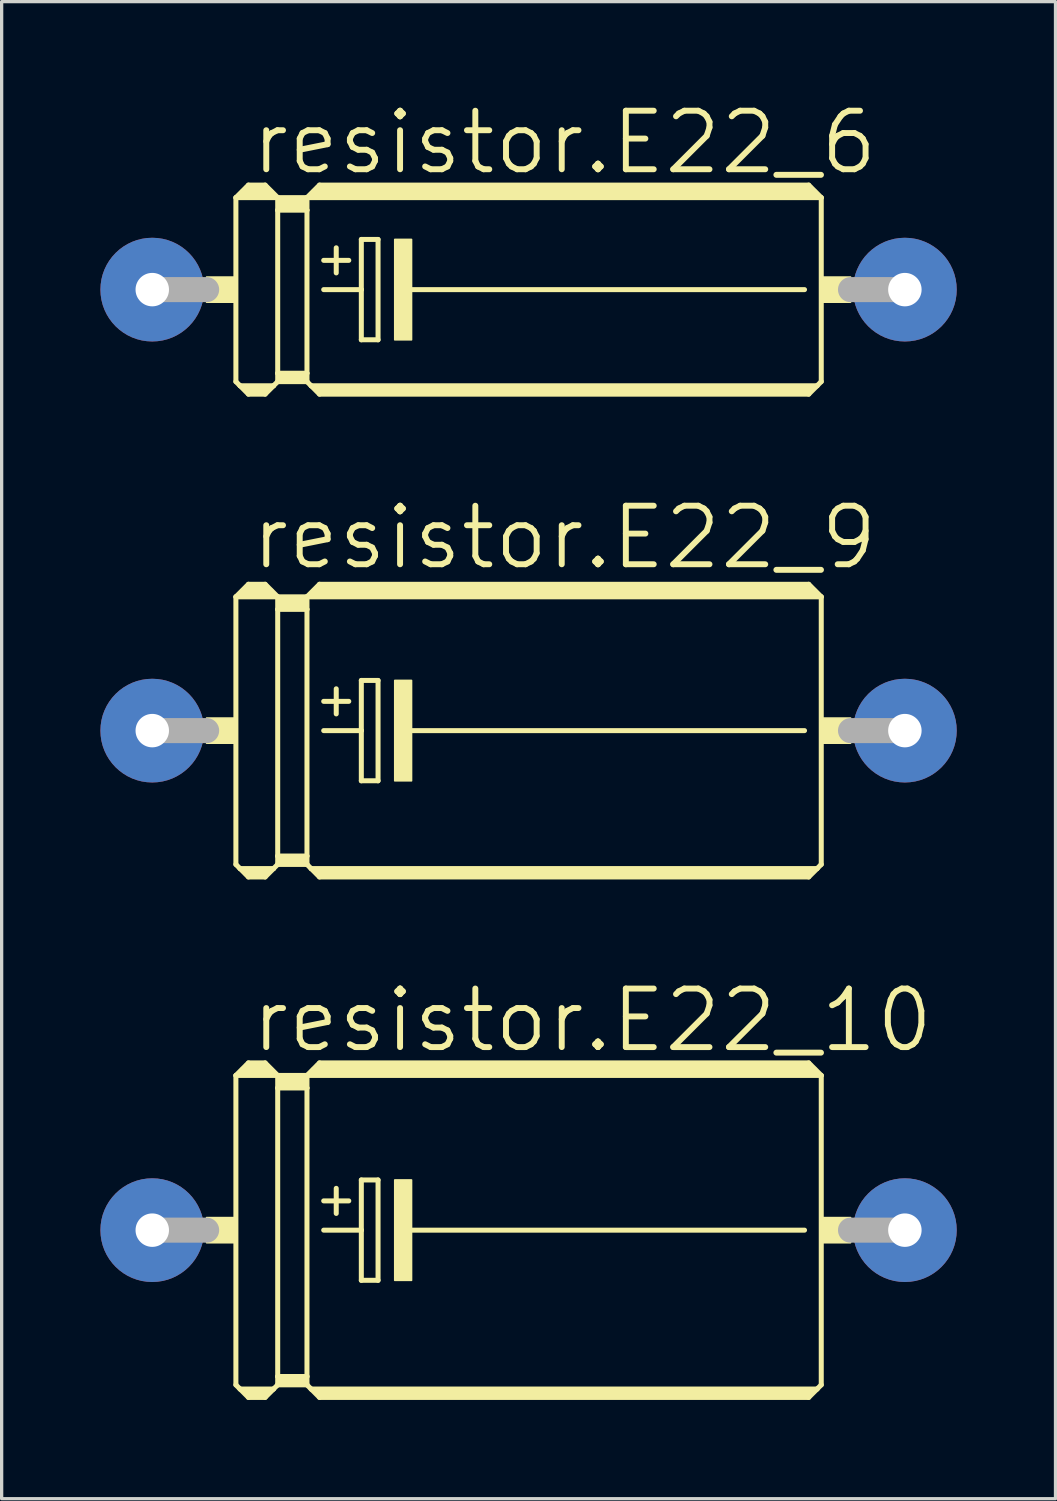
<source format=kicad_pcb>
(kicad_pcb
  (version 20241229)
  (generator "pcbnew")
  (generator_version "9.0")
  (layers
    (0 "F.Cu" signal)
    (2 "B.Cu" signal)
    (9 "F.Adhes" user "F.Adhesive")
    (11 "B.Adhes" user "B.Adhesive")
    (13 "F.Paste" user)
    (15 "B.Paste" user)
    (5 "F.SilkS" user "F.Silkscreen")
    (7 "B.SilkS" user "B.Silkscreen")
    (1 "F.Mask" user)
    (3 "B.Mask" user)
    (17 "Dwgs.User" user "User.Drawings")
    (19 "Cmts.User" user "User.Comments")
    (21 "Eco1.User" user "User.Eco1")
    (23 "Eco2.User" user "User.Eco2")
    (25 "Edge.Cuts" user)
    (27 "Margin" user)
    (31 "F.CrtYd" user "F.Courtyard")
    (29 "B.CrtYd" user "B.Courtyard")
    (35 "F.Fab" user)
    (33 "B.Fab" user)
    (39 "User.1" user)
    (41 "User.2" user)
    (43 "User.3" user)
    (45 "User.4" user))
  (footprint "resistor.E22_6"
    (layer "F.Cu")
    (at 13.005 5.747)
    (property "Reference" "resistor.E22_6" (at -8.509 -3.429 0) (layer "F.SilkS") (effects (font (size 1.778 1.778) (thickness 0.18)) (justify left bottom)))
    (attr through_hole)
    (fp_line (start -8.89 -2.794) (end -8.89 2.794) (stroke (width 0.152) (type default)) (layer "F.SilkS"))
    (fp_line (start -8.89 -2.794) (end -8.509 -3.175) (stroke (width 0.152) (type default)) (layer "F.SilkS"))
    (fp_line (start -8.89 -2.794) (end -7.62 -2.794) (stroke (width 0.152) (type default)) (layer "F.SilkS"))
    (fp_line (start -8.89 2.794) (end -8.763 2.921) (stroke (width 0.152) (type default)) (layer "F.SilkS"))
    (fp_line (start -8.763 2.921) (end -8.509 3.175) (stroke (width 0.152) (type default)) (layer "F.SilkS"))
    (fp_line (start -8.763 2.921) (end -7.747 2.921) (stroke (width 0.152) (type default)) (layer "F.SilkS"))
    (fp_line (start -8.636 -2.921) (end -7.874 -2.921) (stroke (width 0.305) (type default)) (layer "F.SilkS"))
    (fp_line (start -8.509 -3.175) (end -8.001 -3.175) (stroke (width 0.152) (type default)) (layer "F.SilkS"))
    (fp_line (start -8.509 -3.048) (end -8.001 -3.048) (stroke (width 0.305) (type default)) (layer "F.SilkS"))
    (fp_line (start -8.509 3.048) (end -8.001 3.048) (stroke (width 0.254) (type default)) (layer "F.SilkS"))
    (fp_line (start -8.509 3.175) (end -8.001 3.175) (stroke (width 0.152) (type default)) (layer "F.SilkS"))
    (fp_line (start -7.747 2.921) (end -8.001 3.175) (stroke (width 0.152) (type default)) (layer "F.SilkS"))
    (fp_line (start -7.62 -2.794) (end -8.001 -3.175) (stroke (width 0.152) (type default)) (layer "F.SilkS"))
    (fp_line (start -7.62 -2.794) (end -7.62 -2.413) (stroke (width 0.152) (type default)) (layer "F.SilkS"))
    (fp_line (start -7.62 -2.794) (end -6.731 -2.794) (stroke (width 0.152) (type default)) (layer "F.SilkS"))
    (fp_line (start -7.62 -2.413) (end -6.731 -2.413) (stroke (width 0.152) (type default)) (layer "F.SilkS"))
    (fp_line (start -7.62 2.54) (end -7.62 -2.413) (stroke (width 0.152) (type default)) (layer "F.SilkS"))
    (fp_line (start -7.62 2.54) (end -6.731 2.54) (stroke (width 0.152) (type default)) (layer "F.SilkS"))
    (fp_line (start -7.62 2.794) (end -7.747 2.921) (stroke (width 0.152) (type default)) (layer "F.SilkS"))
    (fp_line (start -7.62 2.794) (end -7.62 2.54) (stroke (width 0.152) (type default)) (layer "F.SilkS"))
    (fp_line (start -7.62 2.794) (end -6.731 2.794) (stroke (width 0.152) (type default)) (layer "F.SilkS"))
    (fp_line (start -7.493 -2.667) (end -6.858 -2.667) (stroke (width 0.305) (type default)) (layer "F.SilkS"))
    (fp_line (start -7.493 -2.54) (end -6.858 -2.54) (stroke (width 0.305) (type default)) (layer "F.SilkS"))
    (fp_line (start -7.493 2.667) (end -6.858 2.667) (stroke (width 0.254) (type default)) (layer "F.SilkS"))
    (fp_line (start -6.731 -2.794) (end -6.731 -2.413) (stroke (width 0.152) (type default)) (layer "F.SilkS"))
    (fp_line (start -6.731 -2.794) (end 8.89 -2.794) (stroke (width 0.152) (type default)) (layer "F.SilkS"))
    (fp_line (start -6.731 -2.413) (end -6.731 2.54) (stroke (width 0.152) (type default)) (layer "F.SilkS"))
    (fp_line (start -6.731 2.54) (end -6.731 2.794) (stroke (width 0.152) (type default)) (layer "F.SilkS"))
    (fp_line (start -6.604 2.921) (end -6.731 2.794) (stroke (width 0.152) (type default)) (layer "F.SilkS"))
    (fp_line (start -6.604 2.921) (end 8.763 2.921) (stroke (width 0.152) (type default)) (layer "F.SilkS"))
    (fp_line (start -6.477 -2.921) (end 8.636 -2.921) (stroke (width 0.305) (type default)) (layer "F.SilkS"))
    (fp_line (start -6.35 -3.175) (end -6.731 -2.794) (stroke (width 0.152) (type default)) (layer "F.SilkS"))
    (fp_line (start -6.35 -3.175) (end 8.509 -3.175) (stroke (width 0.152) (type default)) (layer "F.SilkS"))
    (fp_line (start -6.35 -3.048) (end 8.509 -3.048) (stroke (width 0.305) (type default)) (layer "F.SilkS"))
    (fp_line (start -6.35 3.048) (end 8.509 3.048) (stroke (width 0.254) (type default)) (layer "F.SilkS"))
    (fp_line (start -6.35 3.175) (end -6.604 2.921) (stroke (width 0.152) (type default)) (layer "F.SilkS"))
    (fp_line (start -6.35 3.175) (end 8.509 3.175) (stroke (width 0.152) (type default)) (layer "F.SilkS"))
    (fp_line (start -6.223 -0.889) (end -5.461 -0.889) (stroke (width 0.152) (type default)) (layer "F.SilkS"))
    (fp_line (start -6.223 0) (end -5.08 0) (stroke (width 0.152) (type default)) (layer "F.SilkS"))
    (fp_line (start -5.842 -1.27) (end -5.842 -0.508) (stroke (width 0.152) (type default)) (layer "F.SilkS"))
    (fp_line (start -5.08 -1.524) (end -5.08 0) (stroke (width 0.152) (type default)) (layer "F.SilkS"))
    (fp_line (start -5.08 0) (end -5.08 1.524) (stroke (width 0.152) (type default)) (layer "F.SilkS"))
    (fp_line (start -5.08 1.524) (end -4.572 1.524) (stroke (width 0.152) (type default)) (layer "F.SilkS"))
    (fp_line (start -4.572 -1.524) (end -5.08 -1.524) (stroke (width 0.152) (type default)) (layer "F.SilkS"))
    (fp_line (start -4.572 1.524) (end -4.572 -1.524) (stroke (width 0.152) (type default)) (layer "F.SilkS"))
    (fp_line (start -3.683 0) (end 8.382 0) (stroke (width 0.152) (type default)) (layer "F.SilkS"))
    (fp_line (start 8.509 -3.175) (end 8.89 -2.794) (stroke (width 0.152) (type default)) (layer "F.SilkS"))
    (fp_line (start 8.509 3.175) (end 8.763 2.921) (stroke (width 0.152) (type default)) (layer "F.SilkS"))
    (fp_line (start 8.763 2.921) (end 8.89 2.794) (stroke (width 0.152) (type default)) (layer "F.SilkS"))
    (fp_line (start 8.89 -2.794) (end 8.89 2.794) (stroke (width 0.152) (type default)) (layer "F.SilkS"))
    (fp_rect (start -9.779 0.381) (end -8.89 -0.381) (stroke (width 0.05) (type default)) (fill yes) (layer "F.SilkS"))
    (fp_rect (start -4.064 1.524) (end -3.556 -1.524) (stroke (width 0.05) (type default)) (fill yes) (layer "F.SilkS"))
    (fp_rect (start 8.89 0.381) (end 9.779 -0.381) (stroke (width 0.05) (type default)) (fill yes) (layer "F.SilkS"))
    (fp_line (start -11.43 0) (end -9.779 0) (stroke (width 0.762) (type default)) (layer "F.Fab"))
    (fp_line (start 11.43 0) (end 9.779 0) (stroke (width 0.762) (type default)) (layer "F.Fab"))
    (pad "+" thru_hole circle (at -11.43 0) (size 3.15 3.15) (drill 1.016) (layers "*.Cu" "*.Mask"))
    (pad "-" thru_hole circle (at 11.43 0) (size 3.15 3.15) (drill 1.016) (layers "*.Cu" "*.Mask")))
  (footprint "resistor.E22_10"
    (layer "F.Cu")
    (at 13.005 34.315)
    (property "Reference" "resistor.E22_10" (at -8.509 -5.334 0) (layer "F.SilkS") (effects (font (size 1.778 1.778) (thickness 0.18)) (justify left bottom)))
    (attr through_hole)
    (fp_line (start -8.89 -4.699) (end -8.89 4.699) (stroke (width 0.152) (type default)) (layer "F.SilkS"))
    (fp_line (start -8.89 -4.699) (end -8.509 -5.08) (stroke (width 0.152) (type default)) (layer "F.SilkS"))
    (fp_line (start -8.89 -4.699) (end -7.62 -4.699) (stroke (width 0.152) (type default)) (layer "F.SilkS"))
    (fp_line (start -8.89 4.699) (end -8.763 4.826) (stroke (width 0.152) (type default)) (layer "F.SilkS"))
    (fp_line (start -8.763 4.826) (end -8.509 5.08) (stroke (width 0.152) (type default)) (layer "F.SilkS"))
    (fp_line (start -8.763 4.826) (end -7.747 4.826) (stroke (width 0.152) (type default)) (layer "F.SilkS"))
    (fp_line (start -8.636 -4.826) (end -7.874 -4.826) (stroke (width 0.305) (type default)) (layer "F.SilkS"))
    (fp_line (start -8.509 -5.08) (end -8.001 -5.08) (stroke (width 0.152) (type default)) (layer "F.SilkS"))
    (fp_line (start -8.509 -4.953) (end -8.001 -4.953) (stroke (width 0.305) (type default)) (layer "F.SilkS"))
    (fp_line (start -8.509 4.953) (end -8.001 4.953) (stroke (width 0.254) (type default)) (layer "F.SilkS"))
    (fp_line (start -8.509 5.08) (end -8.001 5.08) (stroke (width 0.152) (type default)) (layer "F.SilkS"))
    (fp_line (start -7.747 4.826) (end -8.001 5.08) (stroke (width 0.152) (type default)) (layer "F.SilkS"))
    (fp_line (start -7.62 -4.699) (end -8.001 -5.08) (stroke (width 0.152) (type default)) (layer "F.SilkS"))
    (fp_line (start -7.62 -4.699) (end -7.62 -4.318) (stroke (width 0.152) (type default)) (layer "F.SilkS"))
    (fp_line (start -7.62 -4.699) (end -6.731 -4.699) (stroke (width 0.152) (type default)) (layer "F.SilkS"))
    (fp_line (start -7.62 -4.318) (end -6.731 -4.318) (stroke (width 0.152) (type default)) (layer "F.SilkS"))
    (fp_line (start -7.62 4.445) (end -7.62 -4.318) (stroke (width 0.152) (type default)) (layer "F.SilkS"))
    (fp_line (start -7.62 4.445) (end -6.731 4.445) (stroke (width 0.152) (type default)) (layer "F.SilkS"))
    (fp_line (start -7.62 4.699) (end -7.747 4.826) (stroke (width 0.152) (type default)) (layer "F.SilkS"))
    (fp_line (start -7.62 4.699) (end -7.62 4.445) (stroke (width 0.152) (type default)) (layer "F.SilkS"))
    (fp_line (start -7.62 4.699) (end -6.731 4.699) (stroke (width 0.152) (type default)) (layer "F.SilkS"))
    (fp_line (start -7.493 -4.572) (end -6.858 -4.572) (stroke (width 0.305) (type default)) (layer "F.SilkS"))
    (fp_line (start -7.493 -4.445) (end -6.858 -4.445) (stroke (width 0.305) (type default)) (layer "F.SilkS"))
    (fp_line (start -7.493 4.572) (end -6.858 4.572) (stroke (width 0.254) (type default)) (layer "F.SilkS"))
    (fp_line (start -6.731 -4.699) (end -6.731 -4.318) (stroke (width 0.152) (type default)) (layer "F.SilkS"))
    (fp_line (start -6.731 -4.699) (end 8.89 -4.699) (stroke (width 0.152) (type default)) (layer "F.SilkS"))
    (fp_line (start -6.731 -4.318) (end -6.731 4.445) (stroke (width 0.152) (type default)) (layer "F.SilkS"))
    (fp_line (start -6.731 4.445) (end -6.731 4.699) (stroke (width 0.152) (type default)) (layer "F.SilkS"))
    (fp_line (start -6.604 4.826) (end -6.731 4.699) (stroke (width 0.152) (type default)) (layer "F.SilkS"))
    (fp_line (start -6.604 4.826) (end 8.763 4.826) (stroke (width 0.152) (type default)) (layer "F.SilkS"))
    (fp_line (start -6.477 -4.826) (end 8.636 -4.826) (stroke (width 0.305) (type default)) (layer "F.SilkS"))
    (fp_line (start -6.35 -5.08) (end -6.731 -4.699) (stroke (width 0.152) (type default)) (layer "F.SilkS"))
    (fp_line (start -6.35 -5.08) (end 8.509 -5.08) (stroke (width 0.152) (type default)) (layer "F.SilkS"))
    (fp_line (start -6.35 -4.953) (end 8.509 -4.953) (stroke (width 0.305) (type default)) (layer "F.SilkS"))
    (fp_line (start -6.35 4.953) (end 8.509 4.953) (stroke (width 0.254) (type default)) (layer "F.SilkS"))
    (fp_line (start -6.35 5.08) (end -6.604 4.826) (stroke (width 0.152) (type default)) (layer "F.SilkS"))
    (fp_line (start -6.35 5.08) (end 8.509 5.08) (stroke (width 0.152) (type default)) (layer "F.SilkS"))
    (fp_line (start -6.223 -0.889) (end -5.461 -0.889) (stroke (width 0.152) (type default)) (layer "F.SilkS"))
    (fp_line (start -6.223 0) (end -5.08 0) (stroke (width 0.152) (type default)) (layer "F.SilkS"))
    (fp_line (start -5.842 -1.27) (end -5.842 -0.508) (stroke (width 0.152) (type default)) (layer "F.SilkS"))
    (fp_line (start -5.08 -1.524) (end -5.08 0) (stroke (width 0.152) (type default)) (layer "F.SilkS"))
    (fp_line (start -5.08 0) (end -5.08 1.524) (stroke (width 0.152) (type default)) (layer "F.SilkS"))
    (fp_line (start -5.08 1.524) (end -4.572 1.524) (stroke (width 0.152) (type default)) (layer "F.SilkS"))
    (fp_line (start -4.572 -1.524) (end -5.08 -1.524) (stroke (width 0.152) (type default)) (layer "F.SilkS"))
    (fp_line (start -4.572 1.524) (end -4.572 -1.524) (stroke (width 0.152) (type default)) (layer "F.SilkS"))
    (fp_line (start -3.683 0) (end 8.382 0) (stroke (width 0.152) (type default)) (layer "F.SilkS"))
    (fp_line (start 8.509 -5.08) (end 8.89 -4.699) (stroke (width 0.152) (type default)) (layer "F.SilkS"))
    (fp_line (start 8.509 5.08) (end 8.763 4.826) (stroke (width 0.152) (type default)) (layer "F.SilkS"))
    (fp_line (start 8.763 4.826) (end 8.89 4.699) (stroke (width 0.152) (type default)) (layer "F.SilkS"))
    (fp_line (start 8.89 -4.699) (end 8.89 4.699) (stroke (width 0.152) (type default)) (layer "F.SilkS"))
    (fp_rect (start -9.779 0.381) (end -8.89 -0.381) (stroke (width 0.05) (type default)) (fill yes) (layer "F.SilkS"))
    (fp_rect (start -4.064 1.524) (end -3.556 -1.524) (stroke (width 0.05) (type default)) (fill yes) (layer "F.SilkS"))
    (fp_rect (start 8.89 0.381) (end 9.779 -0.381) (stroke (width 0.05) (type default)) (fill yes) (layer "F.SilkS"))
    (fp_line (start -11.43 0) (end -9.779 0) (stroke (width 0.762) (type default)) (layer "F.Fab"))
    (fp_line (start 11.43 0) (end 9.779 0) (stroke (width 0.762) (type default)) (layer "F.Fab"))
    (pad "+" thru_hole circle (at -11.43 0) (size 3.15 3.15) (drill 1.016) (layers "*.Cu" "*.Mask"))
    (pad "-" thru_hole circle (at 11.43 0) (size 3.15 3.15) (drill 1.016) (layers "*.Cu" "*.Mask")))
  (footprint "resistor.E22_9"
    (layer "F.Cu")
    (at 13.005 19.142)
    (property "Reference" "resistor.E22_9" (at -8.509 -4.826 0) (layer "F.SilkS") (effects (font (size 1.778 1.778) (thickness 0.18)) (justify left bottom)))
    (attr through_hole)
    (fp_line (start -8.89 -4.064) (end -8.89 4.064) (stroke (width 0.152) (type default)) (layer "F.SilkS"))
    (fp_line (start -8.89 -4.064) (end -8.509 -4.445) (stroke (width 0.152) (type default)) (layer "F.SilkS"))
    (fp_line (start -8.89 -4.064) (end -7.62 -4.064) (stroke (width 0.152) (type default)) (layer "F.SilkS"))
    (fp_line (start -8.89 4.064) (end -8.763 4.191) (stroke (width 0.152) (type default)) (layer "F.SilkS"))
    (fp_line (start -8.763 4.191) (end -8.509 4.445) (stroke (width 0.152) (type default)) (layer "F.SilkS"))
    (fp_line (start -8.763 4.191) (end -7.747 4.191) (stroke (width 0.152) (type default)) (layer "F.SilkS"))
    (fp_line (start -8.636 -4.191) (end -7.874 -4.191) (stroke (width 0.305) (type default)) (layer "F.SilkS"))
    (fp_line (start -8.509 -4.445) (end -8.001 -4.445) (stroke (width 0.152) (type default)) (layer "F.SilkS"))
    (fp_line (start -8.509 -4.318) (end -8.001 -4.318) (stroke (width 0.305) (type default)) (layer "F.SilkS"))
    (fp_line (start -8.509 4.318) (end -8.001 4.318) (stroke (width 0.254) (type default)) (layer "F.SilkS"))
    (fp_line (start -8.509 4.445) (end -8.001 4.445) (stroke (width 0.152) (type default)) (layer "F.SilkS"))
    (fp_line (start -7.747 4.191) (end -8.001 4.445) (stroke (width 0.152) (type default)) (layer "F.SilkS"))
    (fp_line (start -7.62 -4.064) (end -8.001 -4.445) (stroke (width 0.152) (type default)) (layer "F.SilkS"))
    (fp_line (start -7.62 -4.064) (end -7.62 -3.683) (stroke (width 0.152) (type default)) (layer "F.SilkS"))
    (fp_line (start -7.62 -4.064) (end -6.731 -4.064) (stroke (width 0.152) (type default)) (layer "F.SilkS"))
    (fp_line (start -7.62 -3.683) (end -6.731 -3.683) (stroke (width 0.152) (type default)) (layer "F.SilkS"))
    (fp_line (start -7.62 3.81) (end -7.62 -3.683) (stroke (width 0.152) (type default)) (layer "F.SilkS"))
    (fp_line (start -7.62 3.81) (end -6.731 3.81) (stroke (width 0.152) (type default)) (layer "F.SilkS"))
    (fp_line (start -7.62 4.064) (end -7.747 4.191) (stroke (width 0.152) (type default)) (layer "F.SilkS"))
    (fp_line (start -7.62 4.064) (end -7.62 3.81) (stroke (width 0.152) (type default)) (layer "F.SilkS"))
    (fp_line (start -7.62 4.064) (end -6.731 4.064) (stroke (width 0.152) (type default)) (layer "F.SilkS"))
    (fp_line (start -7.493 -3.937) (end -6.858 -3.937) (stroke (width 0.305) (type default)) (layer "F.SilkS"))
    (fp_line (start -7.493 -3.81) (end -6.858 -3.81) (stroke (width 0.305) (type default)) (layer "F.SilkS"))
    (fp_line (start -7.493 3.937) (end -6.858 3.937) (stroke (width 0.254) (type default)) (layer "F.SilkS"))
    (fp_line (start -6.731 -4.064) (end -6.731 -3.683) (stroke (width 0.152) (type default)) (layer "F.SilkS"))
    (fp_line (start -6.731 -4.064) (end 8.89 -4.064) (stroke (width 0.152) (type default)) (layer "F.SilkS"))
    (fp_line (start -6.731 -3.683) (end -6.731 3.81) (stroke (width 0.152) (type default)) (layer "F.SilkS"))
    (fp_line (start -6.731 3.81) (end -6.731 4.064) (stroke (width 0.152) (type default)) (layer "F.SilkS"))
    (fp_line (start -6.604 4.191) (end -6.731 4.064) (stroke (width 0.152) (type default)) (layer "F.SilkS"))
    (fp_line (start -6.604 4.191) (end 8.763 4.191) (stroke (width 0.152) (type default)) (layer "F.SilkS"))
    (fp_line (start -6.477 -4.191) (end 8.636 -4.191) (stroke (width 0.305) (type default)) (layer "F.SilkS"))
    (fp_line (start -6.35 -4.445) (end -6.731 -4.064) (stroke (width 0.152) (type default)) (layer "F.SilkS"))
    (fp_line (start -6.35 -4.445) (end 8.509 -4.445) (stroke (width 0.152) (type default)) (layer "F.SilkS"))
    (fp_line (start -6.35 -4.318) (end 8.509 -4.318) (stroke (width 0.305) (type default)) (layer "F.SilkS"))
    (fp_line (start -6.35 4.318) (end 8.509 4.318) (stroke (width 0.254) (type default)) (layer "F.SilkS"))
    (fp_line (start -6.35 4.445) (end -6.604 4.191) (stroke (width 0.152) (type default)) (layer "F.SilkS"))
    (fp_line (start -6.35 4.445) (end 8.509 4.445) (stroke (width 0.152) (type default)) (layer "F.SilkS"))
    (fp_line (start -6.223 -0.889) (end -5.461 -0.889) (stroke (width 0.152) (type default)) (layer "F.SilkS"))
    (fp_line (start -6.223 0) (end -5.08 0) (stroke (width 0.152) (type default)) (layer "F.SilkS"))
    (fp_line (start -5.842 -1.27) (end -5.842 -0.508) (stroke (width 0.152) (type default)) (layer "F.SilkS"))
    (fp_line (start -5.08 -1.524) (end -5.08 0) (stroke (width 0.152) (type default)) (layer "F.SilkS"))
    (fp_line (start -5.08 0) (end -5.08 1.524) (stroke (width 0.152) (type default)) (layer "F.SilkS"))
    (fp_line (start -5.08 1.524) (end -4.572 1.524) (stroke (width 0.152) (type default)) (layer "F.SilkS"))
    (fp_line (start -4.572 -1.524) (end -5.08 -1.524) (stroke (width 0.152) (type default)) (layer "F.SilkS"))
    (fp_line (start -4.572 1.524) (end -4.572 -1.524) (stroke (width 0.152) (type default)) (layer "F.SilkS"))
    (fp_line (start -3.683 0) (end 8.382 0) (stroke (width 0.152) (type default)) (layer "F.SilkS"))
    (fp_line (start 8.509 -4.445) (end 8.89 -4.064) (stroke (width 0.152) (type default)) (layer "F.SilkS"))
    (fp_line (start 8.509 4.445) (end 8.763 4.191) (stroke (width 0.152) (type default)) (layer "F.SilkS"))
    (fp_line (start 8.763 4.191) (end 8.89 4.064) (stroke (width 0.152) (type default)) (layer "F.SilkS"))
    (fp_line (start 8.89 -4.064) (end 8.89 4.064) (stroke (width 0.152) (type default)) (layer "F.SilkS"))
    (fp_rect (start -9.779 0.381) (end -8.89 -0.381) (stroke (width 0.05) (type default)) (fill yes) (layer "F.SilkS"))
    (fp_rect (start -4.064 1.524) (end -3.556 -1.524) (stroke (width 0.05) (type default)) (fill yes) (layer "F.SilkS"))
    (fp_rect (start 8.89 0.381) (end 9.779 -0.381) (stroke (width 0.05) (type default)) (fill yes) (layer "F.SilkS"))
    (fp_line (start -11.43 0) (end -9.779 0) (stroke (width 0.762) (type default)) (layer "F.Fab"))
    (fp_line (start 11.43 0) (end 9.779 0) (stroke (width 0.762) (type default)) (layer "F.Fab"))
    (pad "+" thru_hole circle (at -11.43 0) (size 3.15 3.15) (drill 1.016) (layers "*.Cu" "*.Mask"))
    (pad "-" thru_hole circle (at 11.43 0) (size 3.15 3.15) (drill 1.016) (layers "*.Cu" "*.Mask")))
  (gr_rect
    (start -3 -3)
    (end 29.01 42.472)
    (stroke (width 0.1) (type default))
    (fill no)
    (layer "Edge.Cuts")))
</source>
